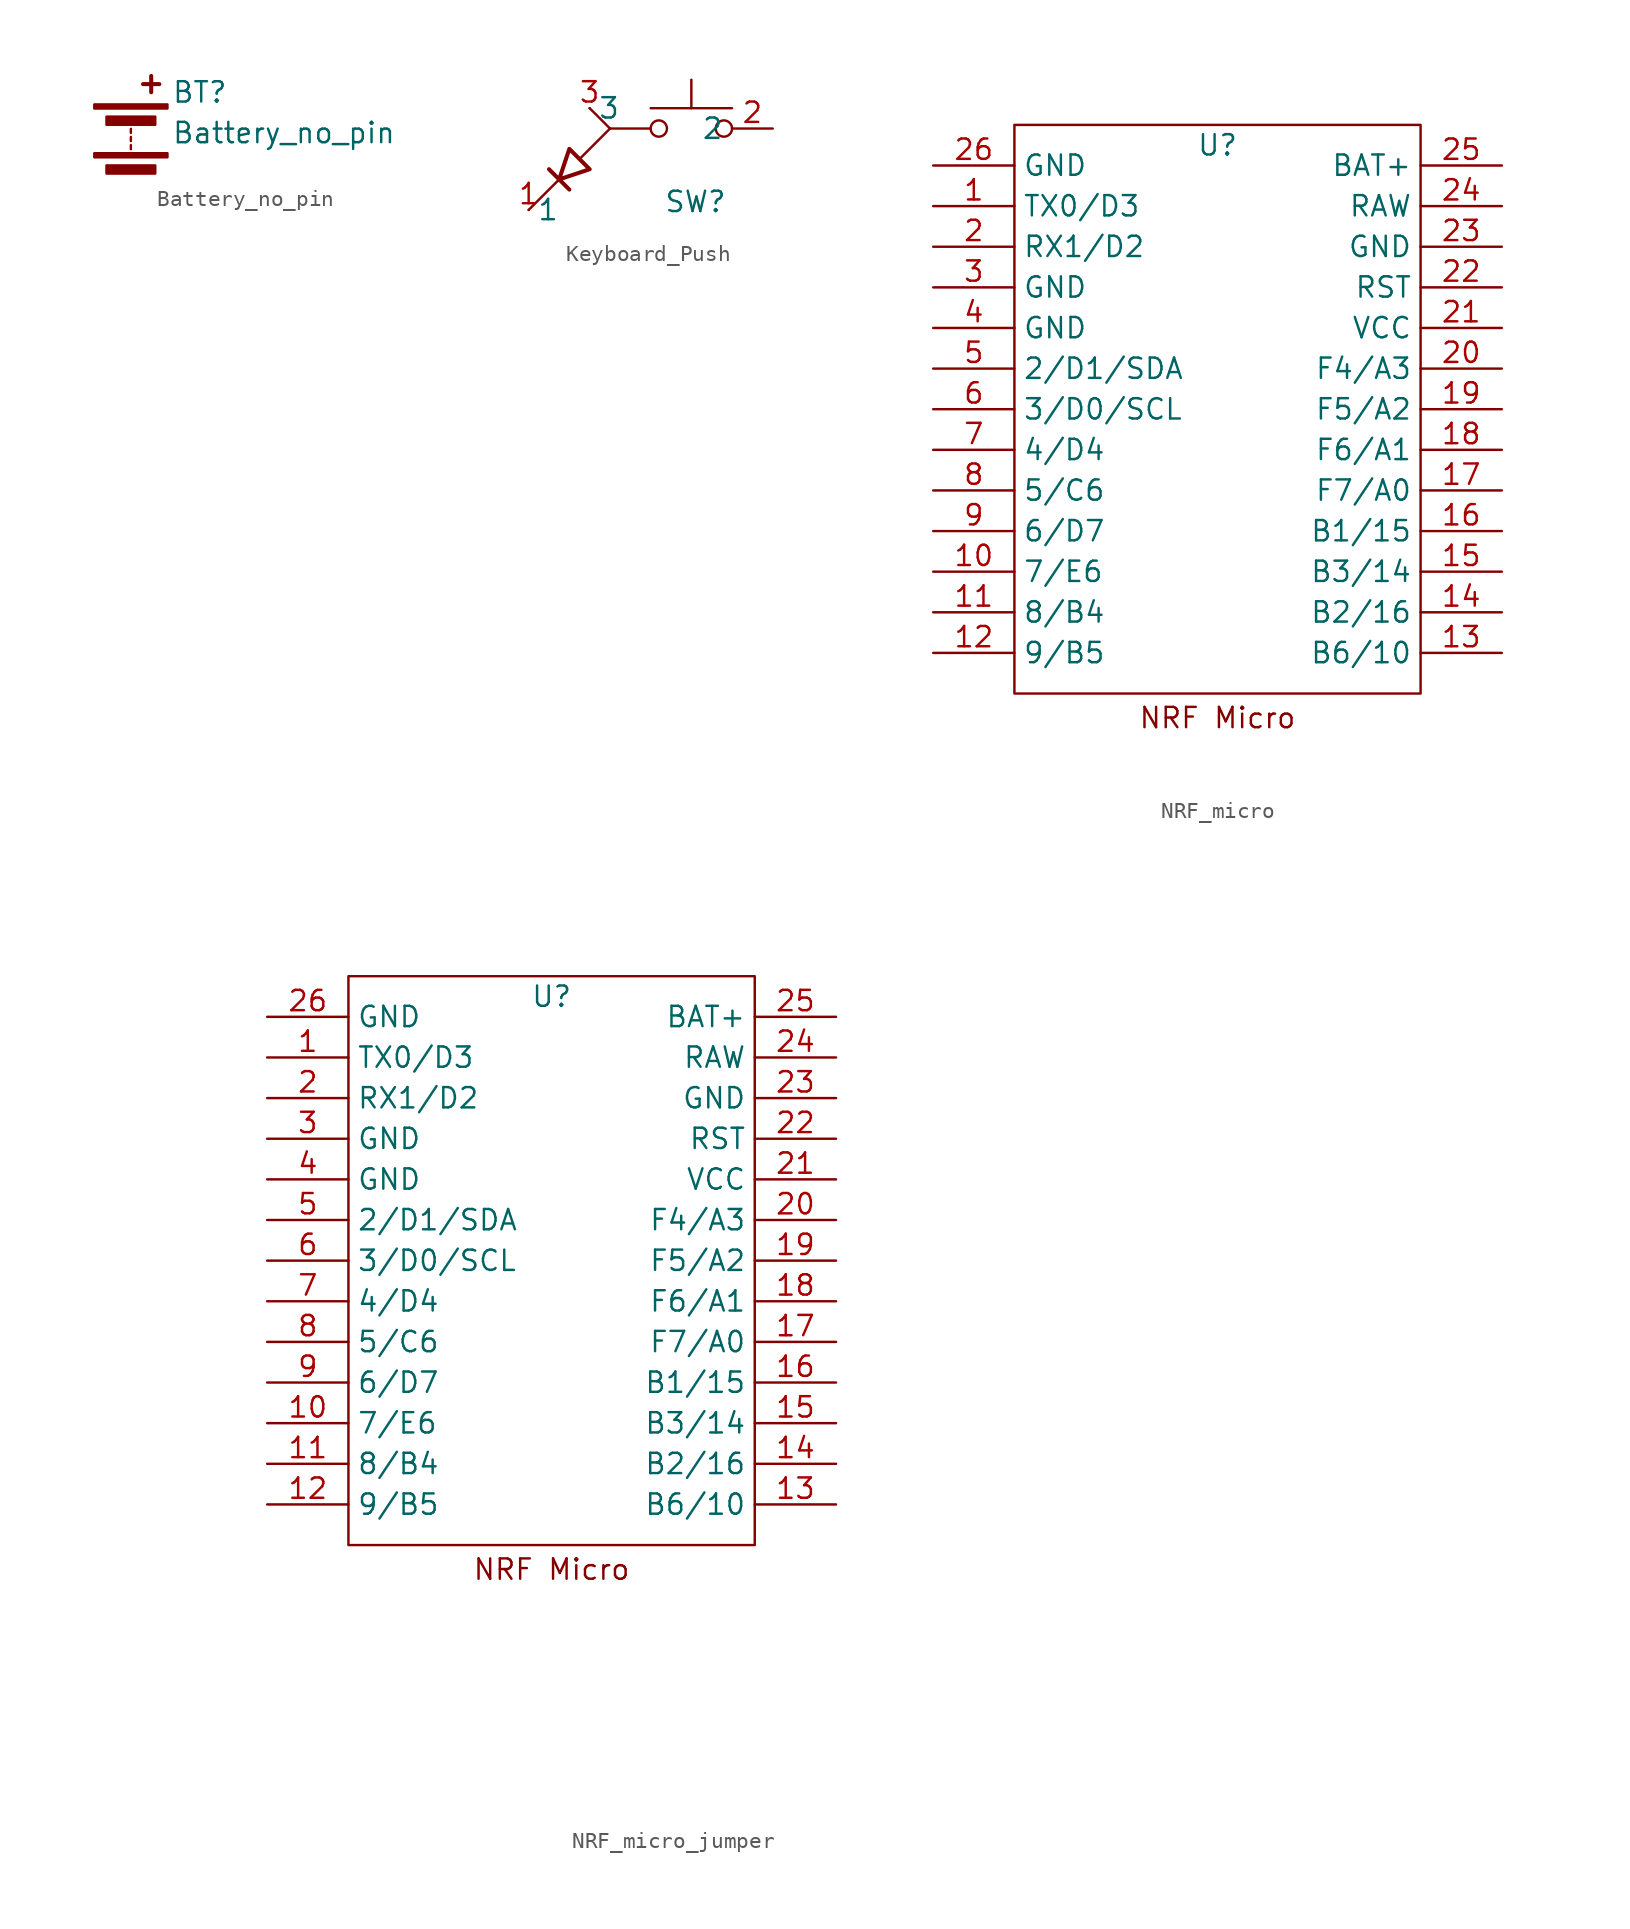
<source format=kicad_sym>
(kicad_symbol_lib
  (version 20231120)
  (generator "kicad_symbol_editor")
  (generator_version "8.0")
  (symbol "Battery_no_pin"
    (pin_numbers hide)
    (pin_names
      (offset 0) hide)
    (property "Reference" "BT"
      (at 2.54 2.54 0)
      (effects (font (size 1.27 1.27)) (justify left)))
    (property "Value" "Battery_no_pin"
      (at 2.54 0 0)
      (effects (font (size 1.27 1.27)) (justify left)))
    (symbol "Battery_no_pin_0_1"
      (rectangle (start -2.286 -1.27) (end 2.286 -1.524) (stroke (width 0) (type default)) (fill (type outline)))
      (rectangle (start -2.286 1.778) (end 2.286 1.524) (stroke (width 0) (type default)) (fill (type outline)))
      (rectangle (start -1.524 -2.032) (end 1.524 -2.54) (stroke (width 0) (type default)) (fill (type outline)))
      (rectangle (start -1.524 1.016) (end 1.524 0.508) (stroke (width 0) (type default)) (fill (type outline)))
      (polyline (pts (xy 0 -1.016) (xy 0 -0.762)) (stroke (width 0) (type default)) (fill (type none)))
      (polyline (pts (xy 0 -0.508) (xy 0 -0.254)) (stroke (width 0) (type default)) (fill (type none)))
      (polyline (pts (xy 0 0) (xy 0 0.254)) (stroke (width 0) (type default)) (fill (type none)))
      (polyline (pts (xy 0.762 3.048) (xy 1.778 3.048)) (stroke (width 0.254) (type default)) (fill (type none)))
      (polyline (pts (xy 1.27 3.556) (xy 1.27 2.54)) (stroke (width 0.254) (type default)) (fill (type none)))))
  (symbol "Keyboard_Push"
    (property "Reference" "SW"
      (at 0.254 -4.572 0)
      (effects (font (size 1.27 1.27))))
    (property "Value" ""
      (at 0 0 0)
      (effects (font (size 1.27 1.27))))
    (symbol "Keyboard_Push_0_1"
      (circle (center -2.032 0) (radius 0.508) (stroke (width 0) (type default)) (fill (type none)))
      (polyline (pts (xy -10.16 -5.08) (xy -8.255 -3.175)) (stroke (width 0) (type default)) (fill (type none)))
      (polyline (pts (xy -7.62 -3.81) (xy -8.89 -2.54)) (stroke (width 0.254) (type default)) (fill (type none)))
      (polyline (pts (xy -6.985 -1.905) (xy -5.08 0)) (stroke (width 0) (type default)) (fill (type none)))
      (polyline (pts (xy -6.35 1.27) (xy -5.08 0)) (stroke (width 0) (type default)) (fill (type none)))
      (polyline (pts (xy -5.08 0) (xy -2.54 0)) (stroke (width 0) (type default)) (fill (type none)))
      (polyline (pts (xy 0 1.27) (xy 0 3.048)) (stroke (width 0) (type default)) (fill (type none)))
      (polyline (pts (xy 2.54 1.27) (xy -2.54 1.27)) (stroke (width 0) (type default)) (fill (type none)))
      (polyline (pts (xy -6.35 -2.54) (xy -7.62 -1.27) (xy -8.255 -3.175) (xy -6.35 -2.54)) (stroke (width 0.254) (type default)) (fill (type none)))
      (circle (center 2.032 0) (radius 0.508) (stroke (width 0) (type default)) (fill (type none)))
      (pin passive line (at 5.08 0 180) (length 2.54) (name "2" (effects (font (size 1.27 1.27)))) (number "2" (effects (font (size 1.27 1.27))))))
    (symbol "Keyboard_Push_1_1"
      (pin passive line (at -10.16 -5.08 0) (length 0) (name "1" (effects (font (size 1.27 1.27)))) (number "1" (effects (font (size 1.27 1.27)))))
      (pin passive line (at -6.35 1.27 0) (length 0) (name "3" (effects (font (size 1.27 1.27)))) (number "3" (effects (font (size 1.27 1.27)))))))
  (symbol "NRF_micro"
    (property "Reference" "U"
      (at 0 1.27 0)
      (effects (font (size 1.27 1.27))))
    (property "Value" ""
      (at 1.27 0 0)
      (effects (font (size 1.27 1.27))))
    (symbol "NRF_micro_0_1"
      (rectangle (start -12.7 2.54) (end 12.7 -33.02) (stroke (width 0) (type default)) (fill (type none))))
    (symbol "NRF_micro_1_1"
      (text "NRF Micro" (at 0 -34.544 0) (effects (font (size 1.27 1.27))))
      (pin bidirectional line (at -17.78 -2.54 0) (length 5.08) (name "TX0/D3" (effects (font (size 1.27 1.27)))) (number "1" (effects (font (size 1.27 1.27)))))
      (pin bidirectional line (at -17.78 -25.4 0) (length 5.08) (name "7/E6" (effects (font (size 1.27 1.27)))) (number "10" (effects (font (size 1.27 1.27)))))
      (pin bidirectional line (at -17.78 -27.94 0) (length 5.08) (name "8/B4" (effects (font (size 1.27 1.27)))) (number "11" (effects (font (size 1.27 1.27)))))
      (pin bidirectional line (at -17.78 -30.48 0) (length 5.08) (name "9/B5" (effects (font (size 1.27 1.27)))) (number "12" (effects (font (size 1.27 1.27)))))
      (pin bidirectional line (at 17.78 -30.48 180) (length 5.08) (name "B6/10" (effects (font (size 1.27 1.27)))) (number "13" (effects (font (size 1.27 1.27)))))
      (pin bidirectional line (at 17.78 -27.94 180) (length 5.08) (name "B2/16" (effects (font (size 1.27 1.27)))) (number "14" (effects (font (size 1.27 1.27)))))
      (pin bidirectional line (at 17.78 -25.4 180) (length 5.08) (name "B3/14" (effects (font (size 1.27 1.27)))) (number "15" (effects (font (size 1.27 1.27)))))
      (pin bidirectional line (at 17.78 -22.86 180) (length 5.08) (name "B1/15" (effects (font (size 1.27 1.27)))) (number "16" (effects (font (size 1.27 1.27)))))
      (pin bidirectional line (at 17.78 -20.32 180) (length 5.08) (name "F7/A0" (effects (font (size 1.27 1.27)))) (number "17" (effects (font (size 1.27 1.27)))))
      (pin bidirectional line (at 17.78 -17.78 180) (length 5.08) (name "F6/A1" (effects (font (size 1.27 1.27)))) (number "18" (effects (font (size 1.27 1.27)))))
      (pin bidirectional line (at 17.78 -15.24 180) (length 5.08) (name "F5/A2" (effects (font (size 1.27 1.27)))) (number "19" (effects (font (size 1.27 1.27)))))
      (pin bidirectional line (at -17.78 -5.08 0) (length 5.08) (name "RX1/D2" (effects (font (size 1.27 1.27)))) (number "2" (effects (font (size 1.27 1.27)))))
      (pin bidirectional line (at 17.78 -12.7 180) (length 5.08) (name "F4/A3" (effects (font (size 1.27 1.27)))) (number "20" (effects (font (size 1.27 1.27)))))
      (pin power_in line (at 17.78 -10.16 180) (length 5.08) (name "VCC" (effects (font (size 1.27 1.27)))) (number "21" (effects (font (size 1.27 1.27)))))
      (pin input line (at 17.78 -7.62 180) (length 5.08) (name "RST" (effects (font (size 1.27 1.27)))) (number "22" (effects (font (size 1.27 1.27)))))
      (pin power_in line (at 17.78 -5.08 180) (length 5.08) (name "GND" (effects (font (size 1.27 1.27)))) (number "23" (effects (font (size 1.27 1.27)))))
      (pin power_out line (at 17.78 -2.54 180) (length 5.08) (name "RAW" (effects (font (size 1.27 1.27)))) (number "24" (effects (font (size 1.27 1.27)))))
      (pin bidirectional line (at 17.78 0 180) (length 5.08) (name "BAT+" (effects (font (size 1.27 1.27)))) (number "25" (effects (font (size 1.27 1.27)))))
      (pin bidirectional line (at -17.78 0 0) (length 5.08) (name "GND" (effects (font (size 1.27 1.27)))) (number "26" (effects (font (size 1.27 1.27)))))
      (pin power_in line (at -17.78 -7.62 0) (length 5.08) (name "GND" (effects (font (size 1.27 1.27)))) (number "3" (effects (font (size 1.27 1.27)))))
      (pin power_in line (at -17.78 -10.16 0) (length 5.08) (name "GND" (effects (font (size 1.27 1.27)))) (number "4" (effects (font (size 1.27 1.27)))))
      (pin bidirectional line (at -17.78 -12.7 0) (length 5.08) (name "2/D1/SDA" (effects (font (size 1.27 1.27)))) (number "5" (effects (font (size 1.27 1.27)))))
      (pin bidirectional line (at -17.78 -15.24 0) (length 5.08) (name "3/D0/SCL" (effects (font (size 1.27 1.27)))) (number "6" (effects (font (size 1.27 1.27)))))
      (pin bidirectional line (at -17.78 -17.78 0) (length 5.08) (name "4/D4" (effects (font (size 1.27 1.27)))) (number "7" (effects (font (size 1.27 1.27)))))
      (pin bidirectional line (at -17.78 -20.32 0) (length 5.08) (name "5/C6" (effects (font (size 1.27 1.27)))) (number "8" (effects (font (size 1.27 1.27)))))
      (pin bidirectional line (at -17.78 -22.86 0) (length 5.08) (name "6/D7" (effects (font (size 1.27 1.27)))) (number "9" (effects (font (size 1.27 1.27)))))))
  (symbol "NRF_micro_jumper"
    (property "Reference" "U"
      (at 0 1.27 0)
      (effects (font (size 1.27 1.27))))
    (property "Value" ""
      (at 1.27 0 0)
      (effects (font (size 1.27 1.27))))
    (symbol "NRF_micro_jumper_0_1"
      (rectangle (start -12.7 2.54) (end 12.7 -33.02) (stroke (width 0) (type default)) (fill (type none))))
    (symbol "NRF_micro_jumper_1_1"
      (text "NRF Micro" (at 0 -34.544 0) (effects (font (size 1.27 1.27))))
      (pin bidirectional line (at -17.78 -2.54 0) (length 5.08) (name "TX0/D3" (effects (font (size 1.27 1.27)))) (number "1" (effects (font (size 1.27 1.27)))))
      (pin bidirectional line (at -17.78 -25.4 0) (length 5.08) (name "7/E6" (effects (font (size 1.27 1.27)))) (number "10" (effects (font (size 1.27 1.27)))))
      (pin no_connect line (at -24.13 -45.72 90) (length 5.08) hide (name "" (effects (font (size 1.27 1.27)))) (number "100" (effects (font (size 1.27 1.27)))))
      (pin no_connect line (at -21.59 -45.72 90) (length 5.08) hide (name "" (effects (font (size 1.27 1.27)))) (number "101" (effects (font (size 1.27 1.27)))))
      (pin no_connect line (at -19.05 -45.72 90) (length 5.08) hide (name "" (effects (font (size 1.27 1.27)))) (number "102" (effects (font (size 1.27 1.27)))))
      (pin no_connect line (at -16.51 -45.72 90) (length 5.08) hide (name "" (effects (font (size 1.27 1.27)))) (number "103" (effects (font (size 1.27 1.27)))))
      (pin no_connect line (at -13.97 -45.72 90) (length 5.08) hide (name "" (effects (font (size 1.27 1.27)))) (number "104" (effects (font (size 1.27 1.27)))))
      (pin no_connect line (at -11.43 -45.72 90) (length 5.08) hide (name "" (effects (font (size 1.27 1.27)))) (number "105" (effects (font (size 1.27 1.27)))))
      (pin no_connect line (at -8.89 -45.72 90) (length 5.08) hide (name "" (effects (font (size 1.27 1.27)))) (number "106" (effects (font (size 1.27 1.27)))))
      (pin no_connect line (at -6.35 -45.72 90) (length 5.08) hide (name "" (effects (font (size 1.27 1.27)))) (number "107" (effects (font (size 1.27 1.27)))))
      (pin no_connect line (at -3.81 -45.72 90) (length 5.08) hide (name "" (effects (font (size 1.27 1.27)))) (number "108" (effects (font (size 1.27 1.27)))))
      (pin no_connect line (at -1.27 -45.72 90) (length 5.08) hide (name "" (effects (font (size 1.27 1.27)))) (number "109" (effects (font (size 1.27 1.27)))))
      (pin bidirectional line (at -17.78 -27.94 0) (length 5.08) (name "8/B4" (effects (font (size 1.27 1.27)))) (number "11" (effects (font (size 1.27 1.27)))))
      (pin no_connect line (at 1.27 -45.72 90) (length 5.08) hide (name "" (effects (font (size 1.27 1.27)))) (number "110" (effects (font (size 1.27 1.27)))))
      (pin no_connect line (at 3.81 -45.72 90) (length 5.08) hide (name "" (effects (font (size 1.27 1.27)))) (number "111" (effects (font (size 1.27 1.27)))))
      (pin no_connect line (at 6.35 -45.72 90) (length 5.08) hide (name "" (effects (font (size 1.27 1.27)))) (number "112" (effects (font (size 1.27 1.27)))))
      (pin no_connect line (at 8.89 -45.72 90) (length 5.08) hide (name "" (effects (font (size 1.27 1.27)))) (number "113" (effects (font (size 1.27 1.27)))))
      (pin no_connect line (at 11.43 -45.72 90) (length 5.08) hide (name "" (effects (font (size 1.27 1.27)))) (number "114" (effects (font (size 1.27 1.27)))))
      (pin no_connect line (at 13.97 -45.72 90) (length 5.08) hide (name "" (effects (font (size 1.27 1.27)))) (number "115" (effects (font (size 1.27 1.27)))))
      (pin no_connect line (at 16.51 -45.72 90) (length 5.08) hide (name "" (effects (font (size 1.27 1.27)))) (number "116" (effects (font (size 1.27 1.27)))))
      (pin no_connect line (at 19.05 -45.72 90) (length 5.08) hide (name "" (effects (font (size 1.27 1.27)))) (number "117" (effects (font (size 1.27 1.27)))))
      (pin no_connect line (at 21.59 -45.72 90) (length 5.08) hide (name "" (effects (font (size 1.27 1.27)))) (number "118" (effects (font (size 1.27 1.27)))))
      (pin no_connect line (at 24.13 -45.72 90) (length 5.08) hide (name "" (effects (font (size 1.27 1.27)))) (number "119" (effects (font (size 1.27 1.27)))))
      (pin bidirectional line (at -17.78 -30.48 0) (length 5.08) (name "9/B5" (effects (font (size 1.27 1.27)))) (number "12" (effects (font (size 1.27 1.27)))))
      (pin no_connect line (at 26.67 -45.72 90) (length 5.08) hide (name "" (effects (font (size 1.27 1.27)))) (number "120" (effects (font (size 1.27 1.27)))))
      (pin no_connect line (at 29.21 -45.72 90) (length 5.08) hide (name "" (effects (font (size 1.27 1.27)))) (number "121" (effects (font (size 1.27 1.27)))))
      (pin no_connect line (at 31.75 -45.72 90) (length 5.08) hide (name "" (effects (font (size 1.27 1.27)))) (number "122" (effects (font (size 1.27 1.27)))))
      (pin no_connect line (at 34.29 -45.72 90) (length 5.08) hide (name "" (effects (font (size 1.27 1.27)))) (number "123" (effects (font (size 1.27 1.27)))))
      (pin no_connect line (at 36.83 -45.72 90) (length 5.08) hide (name "" (effects (font (size 1.27 1.27)))) (number "124" (effects (font (size 1.27 1.27)))))
      (pin no_connect line (at 39.37 -45.72 90) (length 5.08) hide (name "" (effects (font (size 1.27 1.27)))) (number "125" (effects (font (size 1.27 1.27)))))
      (pin bidirectional line (at 17.78 -30.48 180) (length 5.08) (name "B6/10" (effects (font (size 1.27 1.27)))) (number "13" (effects (font (size 1.27 1.27)))))
      (pin bidirectional line (at 17.78 -27.94 180) (length 5.08) (name "B2/16" (effects (font (size 1.27 1.27)))) (number "14" (effects (font (size 1.27 1.27)))))
      (pin bidirectional line (at 17.78 -25.4 180) (length 5.08) (name "B3/14" (effects (font (size 1.27 1.27)))) (number "15" (effects (font (size 1.27 1.27)))))
      (pin bidirectional line (at 17.78 -22.86 180) (length 5.08) (name "B1/15" (effects (font (size 1.27 1.27)))) (number "16" (effects (font (size 1.27 1.27)))))
      (pin bidirectional line (at 17.78 -20.32 180) (length 5.08) (name "F7/A0" (effects (font (size 1.27 1.27)))) (number "17" (effects (font (size 1.27 1.27)))))
      (pin bidirectional line (at 17.78 -17.78 180) (length 5.08) (name "F6/A1" (effects (font (size 1.27 1.27)))) (number "18" (effects (font (size 1.27 1.27)))))
      (pin bidirectional line (at 17.78 -15.24 180) (length 5.08) (name "F5/A2" (effects (font (size 1.27 1.27)))) (number "19" (effects (font (size 1.27 1.27)))))
      (pin bidirectional line (at -17.78 -5.08 0) (length 5.08) (name "RX1/D2" (effects (font (size 1.27 1.27)))) (number "2" (effects (font (size 1.27 1.27)))))
      (pin bidirectional line (at 17.78 -12.7 180) (length 5.08) (name "F4/A3" (effects (font (size 1.27 1.27)))) (number "20" (effects (font (size 1.27 1.27)))))
      (pin power_in line (at 17.78 -10.16 180) (length 5.08) (name "VCC" (effects (font (size 1.27 1.27)))) (number "21" (effects (font (size 1.27 1.27)))))
      (pin input line (at 17.78 -7.62 180) (length 5.08) (name "RST" (effects (font (size 1.27 1.27)))) (number "22" (effects (font (size 1.27 1.27)))))
      (pin power_in line (at 17.78 -5.08 180) (length 5.08) (name "GND" (effects (font (size 1.27 1.27)))) (number "23" (effects (font (size 1.27 1.27)))))
      (pin power_out line (at 17.78 -2.54 180) (length 5.08) (name "RAW" (effects (font (size 1.27 1.27)))) (number "24" (effects (font (size 1.27 1.27)))))
      (pin bidirectional line (at 17.78 0 180) (length 5.08) (name "BAT+" (effects (font (size 1.27 1.27)))) (number "25" (effects (font (size 1.27 1.27)))))
      (pin bidirectional line (at -17.78 0 0) (length 5.08) (name "GND" (effects (font (size 1.27 1.27)))) (number "26" (effects (font (size 1.27 1.27)))))
      (pin power_in line (at -17.78 -7.62 0) (length 5.08) (name "GND" (effects (font (size 1.27 1.27)))) (number "3" (effects (font (size 1.27 1.27)))))
      (pin power_in line (at -17.78 -10.16 0) (length 5.08) (name "GND" (effects (font (size 1.27 1.27)))) (number "4" (effects (font (size 1.27 1.27)))))
      (pin bidirectional line (at -17.78 -12.7 0) (length 5.08) (name "2/D1/SDA" (effects (font (size 1.27 1.27)))) (number "5" (effects (font (size 1.27 1.27)))))
      (pin bidirectional line (at -17.78 -15.24 0) (length 5.08) (name "3/D0/SCL" (effects (font (size 1.27 1.27)))) (number "6" (effects (font (size 1.27 1.27)))))
      (pin bidirectional line (at -17.78 -17.78 0) (length 5.08) (name "4/D4" (effects (font (size 1.27 1.27)))) (number "7" (effects (font (size 1.27 1.27)))))
      (pin bidirectional line (at -17.78 -20.32 0) (length 5.08) (name "5/C6" (effects (font (size 1.27 1.27)))) (number "8" (effects (font (size 1.27 1.27)))))
      (pin bidirectional line (at -17.78 -22.86 0) (length 5.08) (name "6/D7" (effects (font (size 1.27 1.27)))) (number "9" (effects (font (size 1.27 1.27))))))))
</source>
